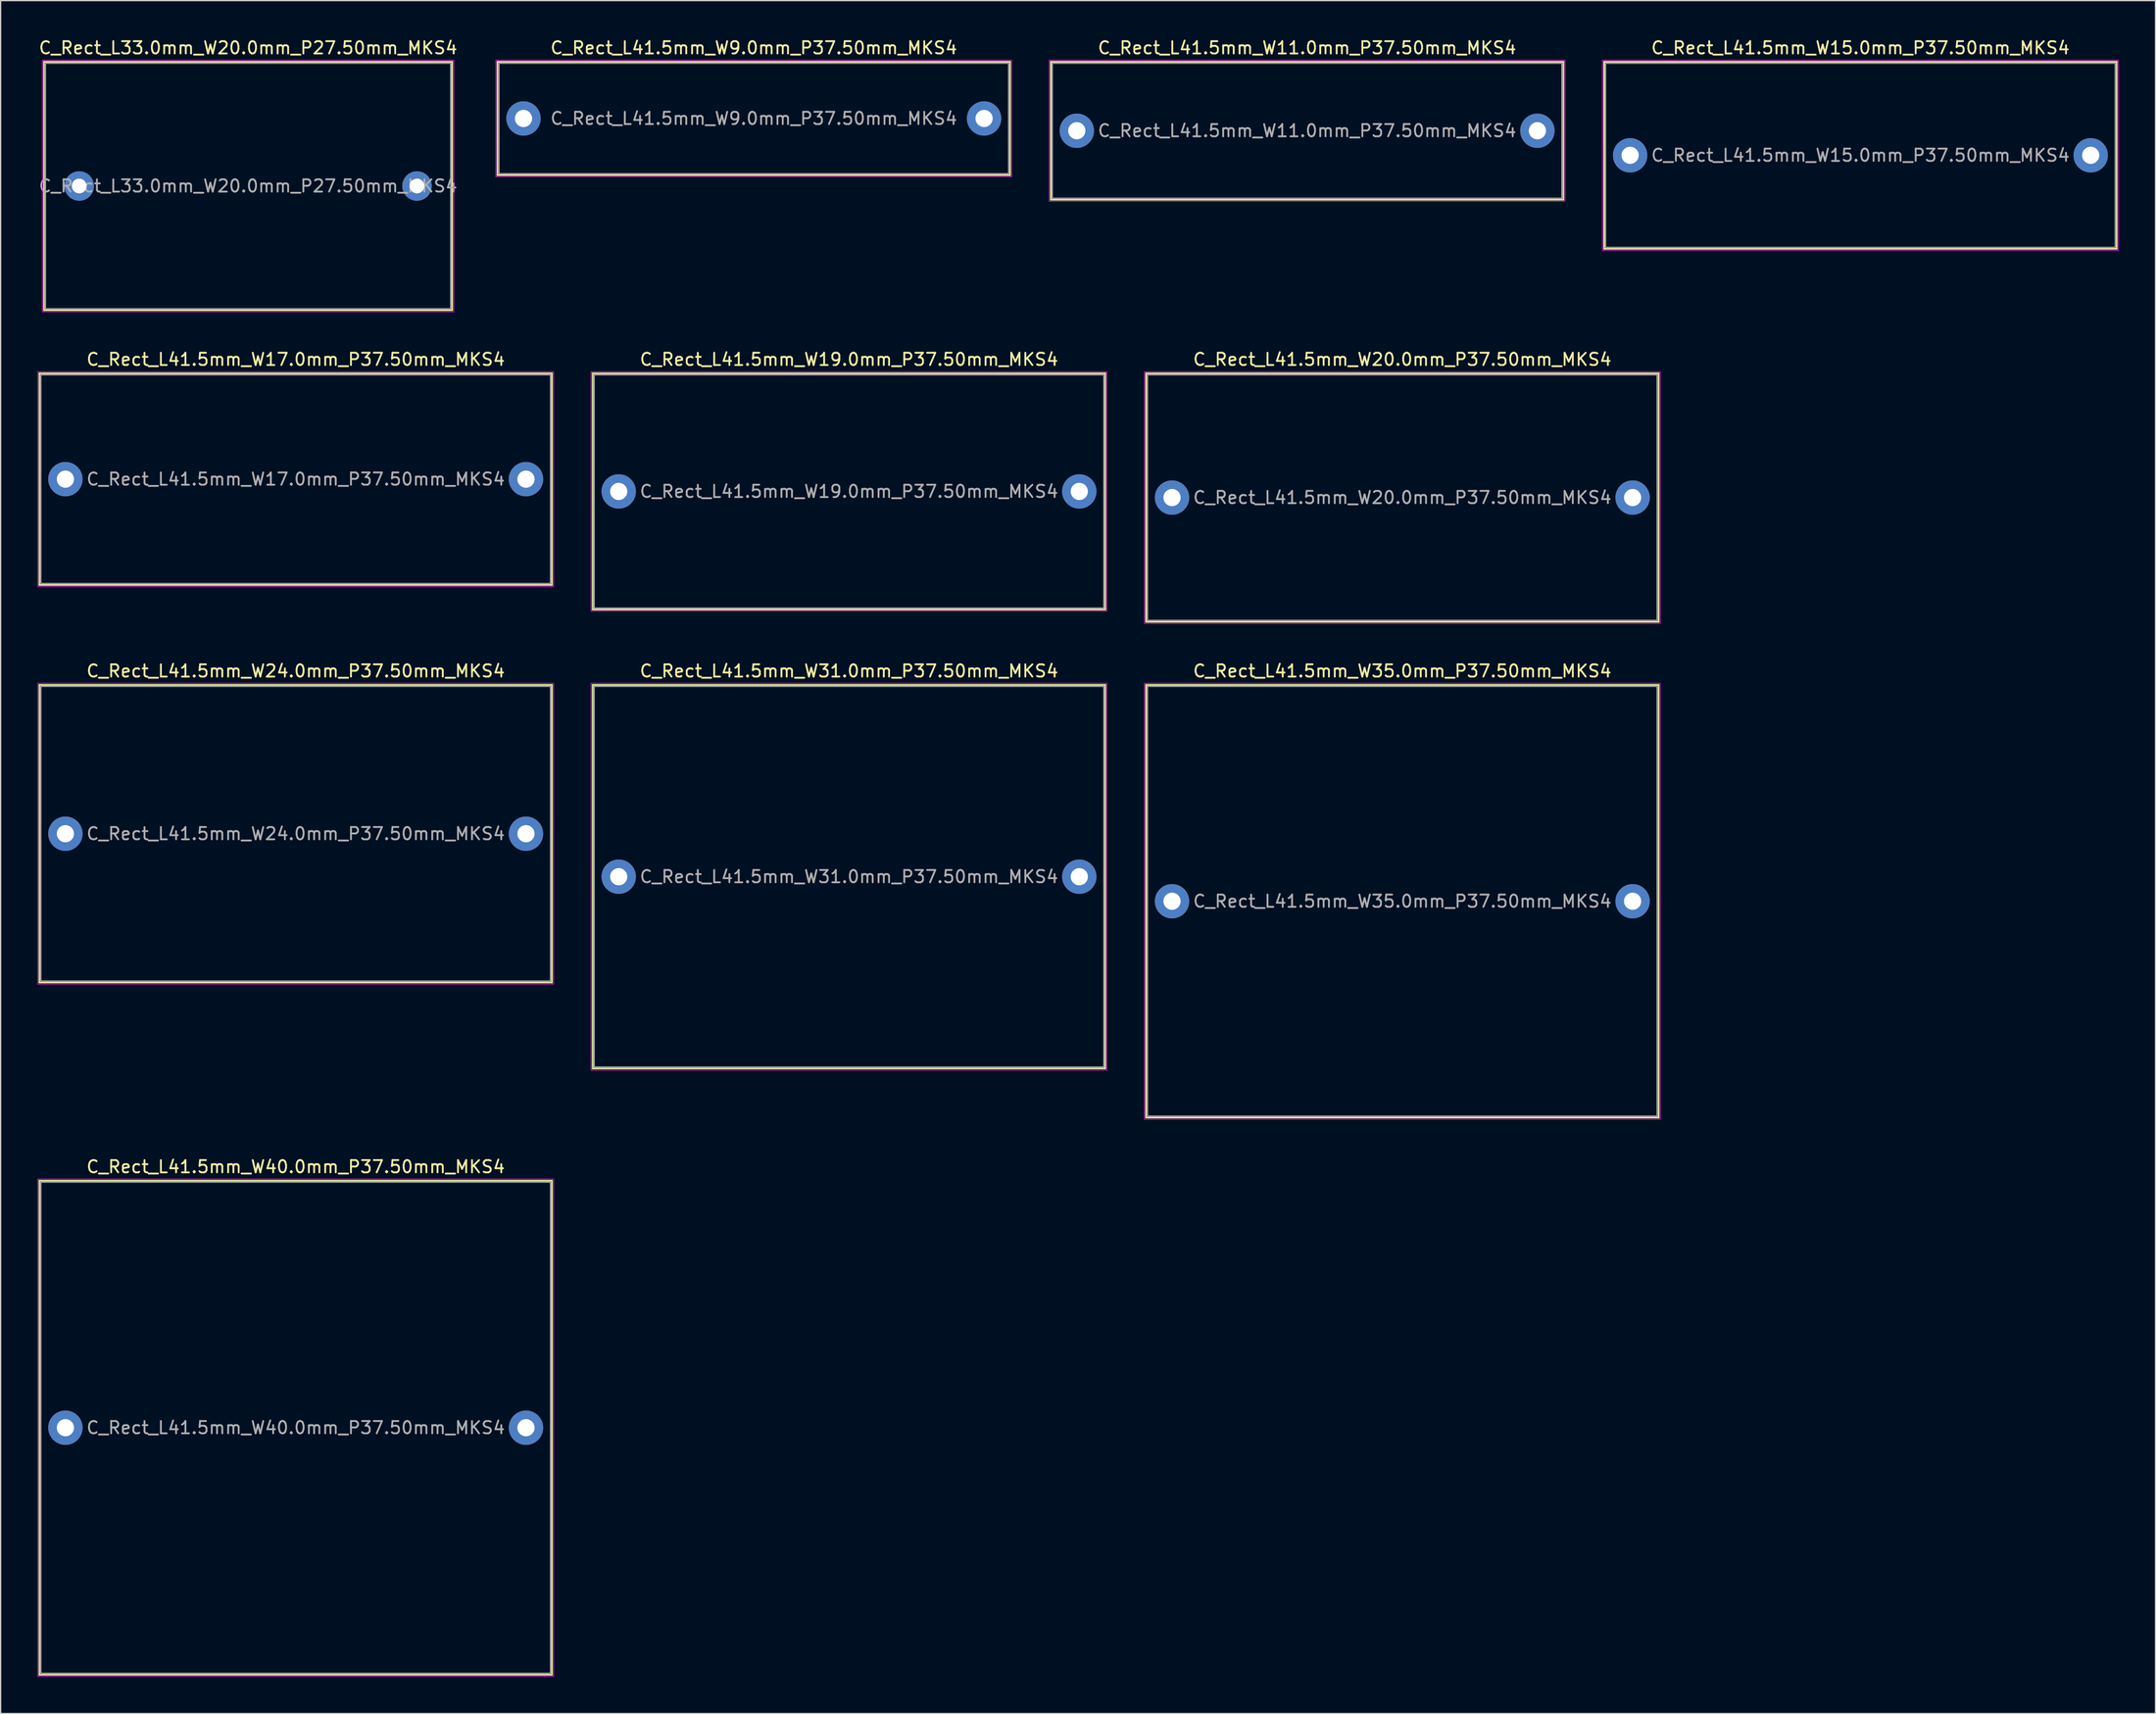
<source format=kicad_pcb>
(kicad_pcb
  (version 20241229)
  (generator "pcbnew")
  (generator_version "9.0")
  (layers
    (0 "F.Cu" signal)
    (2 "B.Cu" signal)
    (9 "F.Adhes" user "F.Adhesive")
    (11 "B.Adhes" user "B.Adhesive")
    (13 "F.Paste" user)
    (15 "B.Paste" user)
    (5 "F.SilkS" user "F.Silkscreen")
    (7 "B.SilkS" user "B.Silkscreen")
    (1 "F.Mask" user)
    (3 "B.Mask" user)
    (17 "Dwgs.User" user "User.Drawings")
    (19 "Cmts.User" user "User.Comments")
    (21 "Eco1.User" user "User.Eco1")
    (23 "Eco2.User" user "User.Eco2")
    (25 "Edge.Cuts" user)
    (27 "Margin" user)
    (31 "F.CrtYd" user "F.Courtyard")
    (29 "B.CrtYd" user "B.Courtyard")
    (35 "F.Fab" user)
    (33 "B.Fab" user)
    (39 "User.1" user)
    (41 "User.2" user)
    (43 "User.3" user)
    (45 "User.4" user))
  (footprint "C_Rect_L41.5mm_W35.0mm_P37.50mm_MKS4"
    (layer "F.Cu")
    (at 92.375 70.345)
    (property "Reference" "C_Rect_L41.5mm_W35.0mm_P37.50mm_MKS4" (at 18.75 -18.75 0) (layer "F.SilkS") (effects (font (size 1 1) (thickness 0.15))))
    (attr through_hole)
    (fp_line (start -2.12 -17.62) (end 39.62 -17.62) (stroke (width 0.12) (type solid)) (layer "F.SilkS"))
    (fp_line (start -2.12 17.62) (end -2.12 -17.62) (stroke (width 0.12) (type solid)) (layer "F.SilkS"))
    (fp_line (start 39.62 -17.62) (end 39.62 17.62) (stroke (width 0.12) (type solid)) (layer "F.SilkS"))
    (fp_line (start 39.62 17.62) (end -2.12 17.62) (stroke (width 0.12) (type solid)) (layer "F.SilkS"))
    (fp_rect (start -2.25 -17.75) (end 39.75 17.75) (stroke (width 0.05) (type solid)) (fill no) (layer "F.CrtYd"))
    (fp_rect (start -2 -17.5) (end 39.5 17.5) (stroke (width 0.1) (type solid)) (fill no) (layer "F.Fab"))
    (fp_text user "${REFERENCE}" (at 18.75 0 0) (layer "F.Fab") (effects (font (size 1 1) (thickness 0.15))))
    (pad "1" thru_hole circle (at 0 0) (size 2.8 2.8) (drill 1.4) (layers "*.Cu" "*.Mask"))
    (pad "2" thru_hole circle (at 37.5 0) (size 2.8 2.8) (drill 1.4) (layers "*.Cu" "*.Mask")))
  (footprint "C_Rect_L41.5mm_W40.0mm_P37.50mm_MKS4"
    (layer "F.Cu")
    (at 2.275 113.218)
    (property "Reference" "C_Rect_L41.5mm_W40.0mm_P37.50mm_MKS4" (at 18.75 -21.25 0) (layer "F.SilkS") (effects (font (size 1 1) (thickness 0.15))))
    (attr through_hole)
    (fp_line (start -2.12 -20.12) (end 39.62 -20.12) (stroke (width 0.12) (type solid)) (layer "F.SilkS"))
    (fp_line (start -2.12 20.12) (end -2.12 -20.12) (stroke (width 0.12) (type solid)) (layer "F.SilkS"))
    (fp_line (start 39.62 -20.12) (end 39.62 20.12) (stroke (width 0.12) (type solid)) (layer "F.SilkS"))
    (fp_line (start 39.62 20.12) (end -2.12 20.12) (stroke (width 0.12) (type solid)) (layer "F.SilkS"))
    (fp_rect (start -2.25 -20.25) (end 39.75 20.25) (stroke (width 0.05) (type solid)) (fill no) (layer "F.CrtYd"))
    (fp_rect (start -2 -20) (end 39.5 20) (stroke (width 0.1) (type solid)) (fill no) (layer "F.Fab"))
    (fp_text user "${REFERENCE}" (at 18.75 0 0) (layer "F.Fab") (effects (font (size 1 1) (thickness 0.15))))
    (pad "1" thru_hole circle (at 0 0) (size 2.8 2.8) (drill 1.4) (layers "*.Cu" "*.Mask"))
    (pad "2" thru_hole circle (at 37.5 0) (size 2.8 2.8) (drill 1.4) (layers "*.Cu" "*.Mask")))
  (footprint "C_Rect_L41.5mm_W19.0mm_P37.50mm_MKS4"
    (layer "F.Cu")
    (at 47.325 36.971)
    (property "Reference" "C_Rect_L41.5mm_W19.0mm_P37.50mm_MKS4" (at 18.75 -10.75 0) (layer "F.SilkS") (effects (font (size 1 1) (thickness 0.15))))
    (attr through_hole)
    (fp_line (start -2.12 -9.62) (end 39.62 -9.62) (stroke (width 0.12) (type solid)) (layer "F.SilkS"))
    (fp_line (start -2.12 9.62) (end -2.12 -9.62) (stroke (width 0.12) (type solid)) (layer "F.SilkS"))
    (fp_line (start 39.62 -9.62) (end 39.62 9.62) (stroke (width 0.12) (type solid)) (layer "F.SilkS"))
    (fp_line (start 39.62 9.62) (end -2.12 9.62) (stroke (width 0.12) (type solid)) (layer "F.SilkS"))
    (fp_rect (start -2.25 -9.75) (end 39.75 9.75) (stroke (width 0.05) (type solid)) (fill no) (layer "F.CrtYd"))
    (fp_rect (start -2 -9.5) (end 39.5 9.5) (stroke (width 0.1) (type solid)) (fill no) (layer "F.Fab"))
    (fp_text user "${REFERENCE}" (at 18.75 0 0) (layer "F.Fab") (effects (font (size 1 1) (thickness 0.15))))
    (pad "1" thru_hole circle (at 0 0) (size 2.8 2.8) (drill 1.4) (layers "*.Cu" "*.Mask"))
    (pad "2" thru_hole circle (at 37.5 0) (size 2.8 2.8) (drill 1.4) (layers "*.Cu" "*.Mask")))
  (footprint "C_Rect_L41.5mm_W9.0mm_P37.50mm_MKS4"
    (layer "F.Cu")
    (at 39.573 6.598)
    (property "Reference" "C_Rect_L41.5mm_W9.0mm_P37.50mm_MKS4" (at 18.75 -5.75 0) (layer "F.SilkS") (effects (font (size 1 1) (thickness 0.15))))
    (attr through_hole)
    (fp_line (start -2.12 -4.62) (end 39.62 -4.62) (stroke (width 0.12) (type solid)) (layer "F.SilkS"))
    (fp_line (start -2.12 4.62) (end -2.12 -4.62) (stroke (width 0.12) (type solid)) (layer "F.SilkS"))
    (fp_line (start 39.62 -4.62) (end 39.62 4.62) (stroke (width 0.12) (type solid)) (layer "F.SilkS"))
    (fp_line (start 39.62 4.62) (end -2.12 4.62) (stroke (width 0.12) (type solid)) (layer "F.SilkS"))
    (fp_rect (start -2.25 -4.75) (end 39.75 4.75) (stroke (width 0.05) (type solid)) (fill no) (layer "F.CrtYd"))
    (fp_rect (start -2 -4.5) (end 39.5 4.5) (stroke (width 0.1) (type solid)) (fill no) (layer "F.Fab"))
    (fp_text user "${REFERENCE}" (at 18.75 0 0) (layer "F.Fab") (effects (font (size 1 1) (thickness 0.15))))
    (pad "1" thru_hole circle (at 0 0) (size 2.8 2.8) (drill 1.4) (layers "*.Cu" "*.Mask"))
    (pad "2" thru_hole circle (at 37.5 0) (size 2.8 2.8) (drill 1.4) (layers "*.Cu" "*.Mask")))
  (footprint "C_Rect_L41.5mm_W20.0mm_P37.50mm_MKS4"
    (layer "F.Cu")
    (at 92.375 37.471)
    (property "Reference" "C_Rect_L41.5mm_W20.0mm_P37.50mm_MKS4" (at 18.75 -11.25 0) (layer "F.SilkS") (effects (font (size 1 1) (thickness 0.15))))
    (attr through_hole)
    (fp_line (start -2.12 -10.12) (end 39.62 -10.12) (stroke (width 0.12) (type solid)) (layer "F.SilkS"))
    (fp_line (start -2.12 10.12) (end -2.12 -10.12) (stroke (width 0.12) (type solid)) (layer "F.SilkS"))
    (fp_line (start 39.62 -10.12) (end 39.62 10.12) (stroke (width 0.12) (type solid)) (layer "F.SilkS"))
    (fp_line (start 39.62 10.12) (end -2.12 10.12) (stroke (width 0.12) (type solid)) (layer "F.SilkS"))
    (fp_rect (start -2.25 -10.25) (end 39.75 10.25) (stroke (width 0.05) (type solid)) (fill no) (layer "F.CrtYd"))
    (fp_rect (start -2 -10) (end 39.5 10) (stroke (width 0.1) (type solid)) (fill no) (layer "F.Fab"))
    (fp_text user "${REFERENCE}" (at 18.75 0 0) (layer "F.Fab") (effects (font (size 1 1) (thickness 0.15))))
    (pad "1" thru_hole circle (at 0 0) (size 2.8 2.8) (drill 1.4) (layers "*.Cu" "*.Mask"))
    (pad "2" thru_hole circle (at 37.5 0) (size 2.8 2.8) (drill 1.4) (layers "*.Cu" "*.Mask")))
  (footprint "C_Rect_L41.5mm_W31.0mm_P37.50mm_MKS4"
    (layer "F.Cu")
    (at 47.325 68.345)
    (property "Reference" "C_Rect_L41.5mm_W31.0mm_P37.50mm_MKS4" (at 18.75 -16.75 0) (layer "F.SilkS") (effects (font (size 1 1) (thickness 0.15))))
    (attr through_hole)
    (fp_line (start -2.12 -15.62) (end 39.62 -15.62) (stroke (width 0.12) (type solid)) (layer "F.SilkS"))
    (fp_line (start -2.12 15.62) (end -2.12 -15.62) (stroke (width 0.12) (type solid)) (layer "F.SilkS"))
    (fp_line (start 39.62 -15.62) (end 39.62 15.62) (stroke (width 0.12) (type solid)) (layer "F.SilkS"))
    (fp_line (start 39.62 15.62) (end -2.12 15.62) (stroke (width 0.12) (type solid)) (layer "F.SilkS"))
    (fp_rect (start -2.25 -15.75) (end 39.75 15.75) (stroke (width 0.05) (type solid)) (fill no) (layer "F.CrtYd"))
    (fp_rect (start -2 -15.5) (end 39.5 15.5) (stroke (width 0.1) (type solid)) (fill no) (layer "F.Fab"))
    (fp_text user "${REFERENCE}" (at 18.75 0 0) (layer "F.Fab") (effects (font (size 1 1) (thickness 0.15))))
    (pad "1" thru_hole circle (at 0 0) (size 2.8 2.8) (drill 1.4) (layers "*.Cu" "*.Mask"))
    (pad "2" thru_hole circle (at 37.5 0) (size 2.8 2.8) (drill 1.4) (layers "*.Cu" "*.Mask")))
  (footprint "C_Rect_L41.5mm_W15.0mm_P37.50mm_MKS4"
    (layer "F.Cu")
    (at 129.673 9.598)
    (property "Reference" "C_Rect_L41.5mm_W15.0mm_P37.50mm_MKS4" (at 18.75 -8.75 0) (layer "F.SilkS") (effects (font (size 1 1) (thickness 0.15))))
    (attr through_hole)
    (fp_line (start -2.12 -7.62) (end 39.62 -7.62) (stroke (width 0.12) (type solid)) (layer "F.SilkS"))
    (fp_line (start -2.12 7.62) (end -2.12 -7.62) (stroke (width 0.12) (type solid)) (layer "F.SilkS"))
    (fp_line (start 39.62 -7.62) (end 39.62 7.62) (stroke (width 0.12) (type solid)) (layer "F.SilkS"))
    (fp_line (start 39.62 7.62) (end -2.12 7.62) (stroke (width 0.12) (type solid)) (layer "F.SilkS"))
    (fp_rect (start -2.25 -7.75) (end 39.75 7.75) (stroke (width 0.05) (type solid)) (fill no) (layer "F.CrtYd"))
    (fp_rect (start -2 -7.5) (end 39.5 7.5) (stroke (width 0.1) (type solid)) (fill no) (layer "F.Fab"))
    (fp_text user "${REFERENCE}" (at 18.75 0 0) (layer "F.Fab") (effects (font (size 1 1) (thickness 0.15))))
    (pad "1" thru_hole circle (at 0 0) (size 2.8 2.8) (drill 1.4) (layers "*.Cu" "*.Mask"))
    (pad "2" thru_hole circle (at 37.5 0) (size 2.8 2.8) (drill 1.4) (layers "*.Cu" "*.Mask")))
  (footprint "C_Rect_L41.5mm_W17.0mm_P37.50mm_MKS4"
    (layer "F.Cu")
    (at 2.275 35.971)
    (property "Reference" "C_Rect_L41.5mm_W17.0mm_P37.50mm_MKS4" (at 18.75 -9.75 0) (layer "F.SilkS") (effects (font (size 1 1) (thickness 0.15))))
    (attr through_hole)
    (fp_line (start -2.12 -8.62) (end 39.62 -8.62) (stroke (width 0.12) (type solid)) (layer "F.SilkS"))
    (fp_line (start -2.12 8.62) (end -2.12 -8.62) (stroke (width 0.12) (type solid)) (layer "F.SilkS"))
    (fp_line (start 39.62 -8.62) (end 39.62 8.62) (stroke (width 0.12) (type solid)) (layer "F.SilkS"))
    (fp_line (start 39.62 8.62) (end -2.12 8.62) (stroke (width 0.12) (type solid)) (layer "F.SilkS"))
    (fp_rect (start -2.25 -8.75) (end 39.75 8.75) (stroke (width 0.05) (type solid)) (fill no) (layer "F.CrtYd"))
    (fp_rect (start -2 -8.5) (end 39.5 8.5) (stroke (width 0.1) (type solid)) (fill no) (layer "F.Fab"))
    (fp_text user "${REFERENCE}" (at 18.75 0 0) (layer "F.Fab") (effects (font (size 1 1) (thickness 0.15))))
    (pad "1" thru_hole circle (at 0 0) (size 2.8 2.8) (drill 1.4) (layers "*.Cu" "*.Mask"))
    (pad "2" thru_hole circle (at 37.5 0) (size 2.8 2.8) (drill 1.4) (layers "*.Cu" "*.Mask")))
  (footprint "C_Rect_L41.5mm_W24.0mm_P37.50mm_MKS4"
    (layer "F.Cu")
    (at 2.275 64.845)
    (property "Reference" "C_Rect_L41.5mm_W24.0mm_P37.50mm_MKS4" (at 18.75 -13.25 0) (layer "F.SilkS") (effects (font (size 1 1) (thickness 0.15))))
    (attr through_hole)
    (fp_line (start -2.12 -12.12) (end 39.62 -12.12) (stroke (width 0.12) (type solid)) (layer "F.SilkS"))
    (fp_line (start -2.12 12.12) (end -2.12 -12.12) (stroke (width 0.12) (type solid)) (layer "F.SilkS"))
    (fp_line (start 39.62 -12.12) (end 39.62 12.12) (stroke (width 0.12) (type solid)) (layer "F.SilkS"))
    (fp_line (start 39.62 12.12) (end -2.12 12.12) (stroke (width 0.12) (type solid)) (layer "F.SilkS"))
    (fp_rect (start -2.25 -12.25) (end 39.75 12.25) (stroke (width 0.05) (type solid)) (fill no) (layer "F.CrtYd"))
    (fp_rect (start -2 -12) (end 39.5 12) (stroke (width 0.1) (type solid)) (fill no) (layer "F.Fab"))
    (fp_text user "${REFERENCE}" (at 18.75 0 0) (layer "F.Fab") (effects (font (size 1 1) (thickness 0.15))))
    (pad "1" thru_hole circle (at 0 0) (size 2.8 2.8) (drill 1.4) (layers "*.Cu" "*.Mask"))
    (pad "2" thru_hole circle (at 37.5 0) (size 2.8 2.8) (drill 1.4) (layers "*.Cu" "*.Mask")))
  (footprint "C_Rect_L33.0mm_W20.0mm_P27.50mm_MKS4"
    (layer "F.Cu")
    (at 3.399 12.098)
    (property "Reference" "C_Rect_L33.0mm_W20.0mm_P27.50mm_MKS4" (at 13.75 -11.25 0) (layer "F.SilkS") (effects (font (size 1 1) (thickness 0.15))))
    (attr through_hole)
    (fp_line (start -2.87 -10.12) (end 30.37 -10.12) (stroke (width 0.12) (type solid)) (layer "F.SilkS"))
    (fp_line (start -2.87 10.12) (end -2.87 -10.12) (stroke (width 0.12) (type solid)) (layer "F.SilkS"))
    (fp_line (start 30.37 -10.12) (end 30.37 10.12) (stroke (width 0.12) (type solid)) (layer "F.SilkS"))
    (fp_line (start 30.37 10.12) (end -2.87 10.12) (stroke (width 0.12) (type solid)) (layer "F.SilkS"))
    (fp_rect (start -3 -10.25) (end 30.5 10.25) (stroke (width 0.05) (type solid)) (fill no) (layer "F.CrtYd"))
    (fp_rect (start -2.75 -10) (end 30.25 10) (stroke (width 0.1) (type solid)) (fill no) (layer "F.Fab"))
    (fp_text user "${REFERENCE}" (at 13.75 0 0) (layer "F.Fab") (effects (font (size 1 1) (thickness 0.15))))
    (pad "1" thru_hole circle (at 0 0) (size 2.4 2.4) (drill 1.2) (layers "*.Cu" "*.Mask"))
    (pad "2" thru_hole circle (at 27.5 0) (size 2.4 2.4) (drill 1.2) (layers "*.Cu" "*.Mask")))
  (footprint "C_Rect_L41.5mm_W11.0mm_P37.50mm_MKS4"
    (layer "F.Cu")
    (at 84.623 7.598)
    (property "Reference" "C_Rect_L41.5mm_W11.0mm_P37.50mm_MKS4" (at 18.75 -6.75 0) (layer "F.SilkS") (effects (font (size 1 1) (thickness 0.15))))
    (attr through_hole)
    (fp_line (start -2.12 -5.62) (end 39.62 -5.62) (stroke (width 0.12) (type solid)) (layer "F.SilkS"))
    (fp_line (start -2.12 5.62) (end -2.12 -5.62) (stroke (width 0.12) (type solid)) (layer "F.SilkS"))
    (fp_line (start 39.62 -5.62) (end 39.62 5.62) (stroke (width 0.12) (type solid)) (layer "F.SilkS"))
    (fp_line (start 39.62 5.62) (end -2.12 5.62) (stroke (width 0.12) (type solid)) (layer "F.SilkS"))
    (fp_rect (start -2.25 -5.75) (end 39.75 5.75) (stroke (width 0.05) (type solid)) (fill no) (layer "F.CrtYd"))
    (fp_rect (start -2 -5.5) (end 39.5 5.5) (stroke (width 0.1) (type solid)) (fill no) (layer "F.Fab"))
    (fp_text user "${REFERENCE}" (at 18.75 0 0) (layer "F.Fab") (effects (font (size 1 1) (thickness 0.15))))
    (pad "1" thru_hole circle (at 0 0) (size 2.8 2.8) (drill 1.4) (layers "*.Cu" "*.Mask"))
    (pad "2" thru_hole circle (at 37.5 0) (size 2.8 2.8) (drill 1.4) (layers "*.Cu" "*.Mask")))
  (gr_rect
    (start -3 -3)
    (end 172.448 136.493)
    (stroke (width 0.1) (type default))
    (fill no)
    (layer "Edge.Cuts")))
</source>
